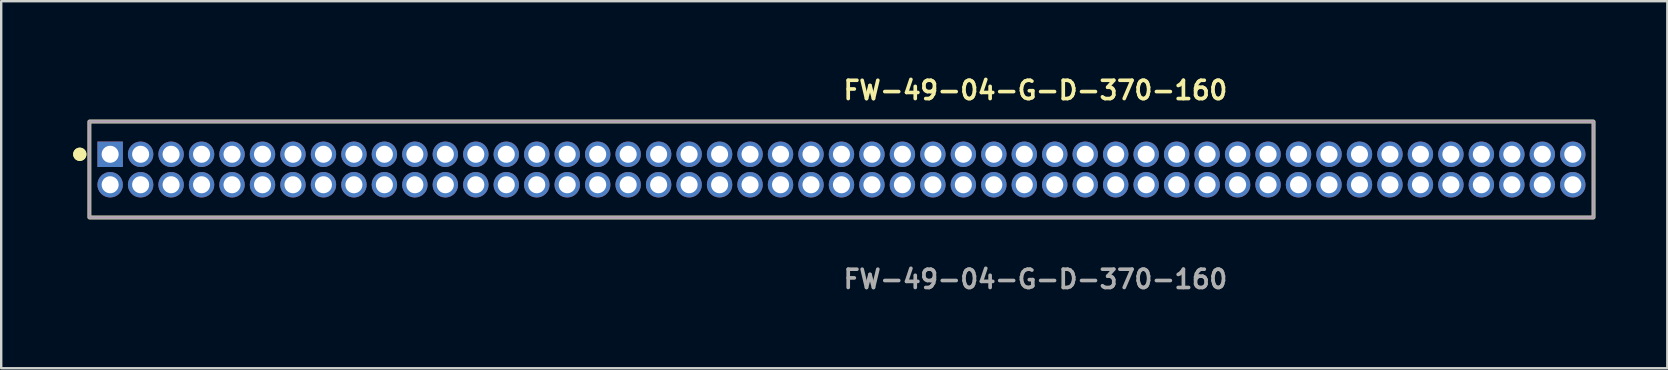
<source format=kicad_pcb>
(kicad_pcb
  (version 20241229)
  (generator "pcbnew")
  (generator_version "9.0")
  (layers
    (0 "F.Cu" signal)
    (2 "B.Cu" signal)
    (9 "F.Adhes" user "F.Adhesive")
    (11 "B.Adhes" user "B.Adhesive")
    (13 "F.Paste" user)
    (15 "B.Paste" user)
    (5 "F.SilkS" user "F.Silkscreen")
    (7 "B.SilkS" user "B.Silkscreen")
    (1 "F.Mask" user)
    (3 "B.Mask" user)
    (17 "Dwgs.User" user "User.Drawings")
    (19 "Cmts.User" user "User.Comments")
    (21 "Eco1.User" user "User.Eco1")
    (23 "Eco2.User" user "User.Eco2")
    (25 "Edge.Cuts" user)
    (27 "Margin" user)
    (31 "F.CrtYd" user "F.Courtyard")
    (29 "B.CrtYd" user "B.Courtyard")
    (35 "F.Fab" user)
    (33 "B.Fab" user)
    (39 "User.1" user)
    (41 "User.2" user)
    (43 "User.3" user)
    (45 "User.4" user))
  (footprint "FW-49-04-G-D-370-160"
    (layer "F.Cu")
    (at 32.021 4.015)
    (property "Reference" "FW-49-04-G-D-370-160" (at 0 -3.302 0) (unlocked yes) (layer "F.SilkS") (effects (font (size 0.762 0.762) (thickness 0.152)) (justify left)))
    (fp_rect (start -31.345 2) (end 31.345 -2) (stroke (width 0.152) (type solid)) (fill no) (layer "F.SilkS"))
    (fp_circle (center -31.745 -0.635) (end -31.945 -0.635) (stroke (width 0.152) (type solid)) (fill yes) (layer "F.SilkS"))
    (fp_circle (center -31.745 -0.635) (end -31.945 -0.635) (stroke (width 0.152) (type solid)) (fill yes) (layer "F.SilkS"))
    (fp_rect (start -31.345 2) (end 31.345 -2) (stroke (width 0.006) (type solid)) (fill no) (layer "F.CrtYd"))
    (fp_rect (start -31.345 2) (end 31.345 -2) (stroke (width 0.152) (type solid)) (fill no) (layer "F.Fab"))
    (fp_text user "${REFERENCE}" (at 0 4.572 0) (unlocked yes) (layer "F.Fab") (effects (font (size 0.762 0.762) (thickness 0.152)) (justify left)))
    (pad "1" thru_hole rect (at -30.48 -0.635) (size 1.06 1.06) (drill 0.71) (layers "*.Cu" "*.Mask"))
    (pad "2" thru_hole circle (at -30.48 0.635) (size 1.06 1.06) (drill 0.71) (layers "*.Cu" "*.Mask"))
    (pad "3" thru_hole circle (at -29.21 -0.635) (size 1.06 1.06) (drill 0.71) (layers "*.Cu" "*.Mask"))
    (pad "4" thru_hole circle (at -29.21 0.635) (size 1.06 1.06) (drill 0.71) (layers "*.Cu" "*.Mask"))
    (pad "5" thru_hole circle (at -27.94 -0.635) (size 1.06 1.06) (drill 0.71) (layers "*.Cu" "*.Mask"))
    (pad "6" thru_hole circle (at -27.94 0.635) (size 1.06 1.06) (drill 0.71) (layers "*.Cu" "*.Mask"))
    (pad "7" thru_hole circle (at -26.67 -0.635) (size 1.06 1.06) (drill 0.71) (layers "*.Cu" "*.Mask"))
    (pad "8" thru_hole circle (at -26.67 0.635) (size 1.06 1.06) (drill 0.71) (layers "*.Cu" "*.Mask"))
    (pad "9" thru_hole circle (at -25.4 -0.635) (size 1.06 1.06) (drill 0.71) (layers "*.Cu" "*.Mask"))
    (pad "10" thru_hole circle (at -25.4 0.635) (size 1.06 1.06) (drill 0.71) (layers "*.Cu" "*.Mask"))
    (pad "11" thru_hole circle (at -24.13 -0.635) (size 1.06 1.06) (drill 0.71) (layers "*.Cu" "*.Mask"))
    (pad "12" thru_hole circle (at -24.13 0.635) (size 1.06 1.06) (drill 0.71) (layers "*.Cu" "*.Mask"))
    (pad "13" thru_hole circle (at -22.86 -0.635) (size 1.06 1.06) (drill 0.71) (layers "*.Cu" "*.Mask"))
    (pad "14" thru_hole circle (at -22.86 0.635) (size 1.06 1.06) (drill 0.71) (layers "*.Cu" "*.Mask"))
    (pad "15" thru_hole circle (at -21.59 -0.635) (size 1.06 1.06) (drill 0.71) (layers "*.Cu" "*.Mask"))
    (pad "16" thru_hole circle (at -21.59 0.635) (size 1.06 1.06) (drill 0.71) (layers "*.Cu" "*.Mask"))
    (pad "17" thru_hole circle (at -20.32 -0.635) (size 1.06 1.06) (drill 0.71) (layers "*.Cu" "*.Mask"))
    (pad "18" thru_hole circle (at -20.32 0.635) (size 1.06 1.06) (drill 0.71) (layers "*.Cu" "*.Mask"))
    (pad "19" thru_hole circle (at -19.05 -0.635) (size 1.06 1.06) (drill 0.71) (layers "*.Cu" "*.Mask"))
    (pad "20" thru_hole circle (at -19.05 0.635) (size 1.06 1.06) (drill 0.71) (layers "*.Cu" "*.Mask"))
    (pad "21" thru_hole circle (at -17.78 -0.635) (size 1.06 1.06) (drill 0.71) (layers "*.Cu" "*.Mask"))
    (pad "22" thru_hole circle (at -17.78 0.635) (size 1.06 1.06) (drill 0.71) (layers "*.Cu" "*.Mask"))
    (pad "23" thru_hole circle (at -16.51 -0.635) (size 1.06 1.06) (drill 0.71) (layers "*.Cu" "*.Mask"))
    (pad "24" thru_hole circle (at -16.51 0.635) (size 1.06 1.06) (drill 0.71) (layers "*.Cu" "*.Mask"))
    (pad "25" thru_hole circle (at -15.24 -0.635) (size 1.06 1.06) (drill 0.71) (layers "*.Cu" "*.Mask"))
    (pad "26" thru_hole circle (at -15.24 0.635) (size 1.06 1.06) (drill 0.71) (layers "*.Cu" "*.Mask"))
    (pad "27" thru_hole circle (at -13.97 -0.635) (size 1.06 1.06) (drill 0.71) (layers "*.Cu" "*.Mask"))
    (pad "28" thru_hole circle (at -13.97 0.635) (size 1.06 1.06) (drill 0.71) (layers "*.Cu" "*.Mask"))
    (pad "29" thru_hole circle (at -12.7 -0.635) (size 1.06 1.06) (drill 0.71) (layers "*.Cu" "*.Mask"))
    (pad "30" thru_hole circle (at -12.7 0.635) (size 1.06 1.06) (drill 0.71) (layers "*.Cu" "*.Mask"))
    (pad "31" thru_hole circle (at -11.43 -0.635) (size 1.06 1.06) (drill 0.71) (layers "*.Cu" "*.Mask"))
    (pad "32" thru_hole circle (at -11.43 0.635) (size 1.06 1.06) (drill 0.71) (layers "*.Cu" "*.Mask"))
    (pad "33" thru_hole circle (at -10.16 -0.635) (size 1.06 1.06) (drill 0.71) (layers "*.Cu" "*.Mask"))
    (pad "34" thru_hole circle (at -10.16 0.635) (size 1.06 1.06) (drill 0.71) (layers "*.Cu" "*.Mask"))
    (pad "35" thru_hole circle (at -8.89 -0.635) (size 1.06 1.06) (drill 0.71) (layers "*.Cu" "*.Mask"))
    (pad "36" thru_hole circle (at -8.89 0.635) (size 1.06 1.06) (drill 0.71) (layers "*.Cu" "*.Mask"))
    (pad "37" thru_hole circle (at -7.62 -0.635) (size 1.06 1.06) (drill 0.71) (layers "*.Cu" "*.Mask"))
    (pad "38" thru_hole circle (at -7.62 0.635) (size 1.06 1.06) (drill 0.71) (layers "*.Cu" "*.Mask"))
    (pad "39" thru_hole circle (at -6.35 -0.635) (size 1.06 1.06) (drill 0.71) (layers "*.Cu" "*.Mask"))
    (pad "40" thru_hole circle (at -6.35 0.635) (size 1.06 1.06) (drill 0.71) (layers "*.Cu" "*.Mask"))
    (pad "41" thru_hole circle (at -5.08 -0.635) (size 1.06 1.06) (drill 0.71) (layers "*.Cu" "*.Mask"))
    (pad "42" thru_hole circle (at -5.08 0.635) (size 1.06 1.06) (drill 0.71) (layers "*.Cu" "*.Mask"))
    (pad "43" thru_hole circle (at -3.81 -0.635) (size 1.06 1.06) (drill 0.71) (layers "*.Cu" "*.Mask"))
    (pad "44" thru_hole circle (at -3.81 0.635) (size 1.06 1.06) (drill 0.71) (layers "*.Cu" "*.Mask"))
    (pad "45" thru_hole circle (at -2.54 -0.635) (size 1.06 1.06) (drill 0.71) (layers "*.Cu" "*.Mask"))
    (pad "46" thru_hole circle (at -2.54 0.635) (size 1.06 1.06) (drill 0.71) (layers "*.Cu" "*.Mask"))
    (pad "47" thru_hole circle (at -1.27 -0.635) (size 1.06 1.06) (drill 0.71) (layers "*.Cu" "*.Mask"))
    (pad "48" thru_hole circle (at -1.27 0.635) (size 1.06 1.06) (drill 0.71) (layers "*.Cu" "*.Mask"))
    (pad "49" thru_hole circle (at 0 -0.635) (size 1.06 1.06) (drill 0.71) (layers "*.Cu" "*.Mask"))
    (pad "50" thru_hole circle (at 0 0.635) (size 1.06 1.06) (drill 0.71) (layers "*.Cu" "*.Mask"))
    (pad "51" thru_hole circle (at 1.27 -0.635) (size 1.06 1.06) (drill 0.71) (layers "*.Cu" "*.Mask"))
    (pad "52" thru_hole circle (at 1.27 0.635) (size 1.06 1.06) (drill 0.71) (layers "*.Cu" "*.Mask"))
    (pad "53" thru_hole circle (at 2.54 -0.635) (size 1.06 1.06) (drill 0.71) (layers "*.Cu" "*.Mask"))
    (pad "54" thru_hole circle (at 2.54 0.635) (size 1.06 1.06) (drill 0.71) (layers "*.Cu" "*.Mask"))
    (pad "55" thru_hole circle (at 3.81 -0.635) (size 1.06 1.06) (drill 0.71) (layers "*.Cu" "*.Mask"))
    (pad "56" thru_hole circle (at 3.81 0.635) (size 1.06 1.06) (drill 0.71) (layers "*.Cu" "*.Mask"))
    (pad "57" thru_hole circle (at 5.08 -0.635) (size 1.06 1.06) (drill 0.71) (layers "*.Cu" "*.Mask"))
    (pad "58" thru_hole circle (at 5.08 0.635) (size 1.06 1.06) (drill 0.71) (layers "*.Cu" "*.Mask"))
    (pad "59" thru_hole circle (at 6.35 -0.635) (size 1.06 1.06) (drill 0.71) (layers "*.Cu" "*.Mask"))
    (pad "60" thru_hole circle (at 6.35 0.635) (size 1.06 1.06) (drill 0.71) (layers "*.Cu" "*.Mask"))
    (pad "61" thru_hole circle (at 7.62 -0.635) (size 1.06 1.06) (drill 0.71) (layers "*.Cu" "*.Mask"))
    (pad "62" thru_hole circle (at 7.62 0.635) (size 1.06 1.06) (drill 0.71) (layers "*.Cu" "*.Mask"))
    (pad "63" thru_hole circle (at 8.89 -0.635) (size 1.06 1.06) (drill 0.71) (layers "*.Cu" "*.Mask"))
    (pad "64" thru_hole circle (at 8.89 0.635) (size 1.06 1.06) (drill 0.71) (layers "*.Cu" "*.Mask"))
    (pad "65" thru_hole circle (at 10.16 -0.635) (size 1.06 1.06) (drill 0.71) (layers "*.Cu" "*.Mask"))
    (pad "66" thru_hole circle (at 10.16 0.635) (size 1.06 1.06) (drill 0.71) (layers "*.Cu" "*.Mask"))
    (pad "67" thru_hole circle (at 11.43 -0.635) (size 1.06 1.06) (drill 0.71) (layers "*.Cu" "*.Mask"))
    (pad "68" thru_hole circle (at 11.43 0.635) (size 1.06 1.06) (drill 0.71) (layers "*.Cu" "*.Mask"))
    (pad "69" thru_hole circle (at 12.7 -0.635) (size 1.06 1.06) (drill 0.71) (layers "*.Cu" "*.Mask"))
    (pad "70" thru_hole circle (at 12.7 0.635) (size 1.06 1.06) (drill 0.71) (layers "*.Cu" "*.Mask"))
    (pad "71" thru_hole circle (at 13.97 -0.635) (size 1.06 1.06) (drill 0.71) (layers "*.Cu" "*.Mask"))
    (pad "72" thru_hole circle (at 13.97 0.635) (size 1.06 1.06) (drill 0.71) (layers "*.Cu" "*.Mask"))
    (pad "73" thru_hole circle (at 15.24 -0.635) (size 1.06 1.06) (drill 0.71) (layers "*.Cu" "*.Mask"))
    (pad "74" thru_hole circle (at 15.24 0.635) (size 1.06 1.06) (drill 0.71) (layers "*.Cu" "*.Mask"))
    (pad "75" thru_hole circle (at 16.51 -0.635) (size 1.06 1.06) (drill 0.71) (layers "*.Cu" "*.Mask"))
    (pad "76" thru_hole circle (at 16.51 0.635) (size 1.06 1.06) (drill 0.71) (layers "*.Cu" "*.Mask"))
    (pad "77" thru_hole circle (at 17.78 -0.635) (size 1.06 1.06) (drill 0.71) (layers "*.Cu" "*.Mask"))
    (pad "78" thru_hole circle (at 17.78 0.635) (size 1.06 1.06) (drill 0.71) (layers "*.Cu" "*.Mask"))
    (pad "79" thru_hole circle (at 19.05 -0.635) (size 1.06 1.06) (drill 0.71) (layers "*.Cu" "*.Mask"))
    (pad "80" thru_hole circle (at 19.05 0.635) (size 1.06 1.06) (drill 0.71) (layers "*.Cu" "*.Mask"))
    (pad "81" thru_hole circle (at 20.32 -0.635) (size 1.06 1.06) (drill 0.71) (layers "*.Cu" "*.Mask"))
    (pad "82" thru_hole circle (at 20.32 0.635) (size 1.06 1.06) (drill 0.71) (layers "*.Cu" "*.Mask"))
    (pad "83" thru_hole circle (at 21.59 -0.635) (size 1.06 1.06) (drill 0.71) (layers "*.Cu" "*.Mask"))
    (pad "84" thru_hole circle (at 21.59 0.635) (size 1.06 1.06) (drill 0.71) (layers "*.Cu" "*.Mask"))
    (pad "85" thru_hole circle (at 22.86 -0.635) (size 1.06 1.06) (drill 0.71) (layers "*.Cu" "*.Mask"))
    (pad "86" thru_hole circle (at 22.86 0.635) (size 1.06 1.06) (drill 0.71) (layers "*.Cu" "*.Mask"))
    (pad "87" thru_hole circle (at 24.13 -0.635) (size 1.06 1.06) (drill 0.71) (layers "*.Cu" "*.Mask"))
    (pad "88" thru_hole circle (at 24.13 0.635) (size 1.06 1.06) (drill 0.71) (layers "*.Cu" "*.Mask"))
    (pad "89" thru_hole circle (at 25.4 -0.635) (size 1.06 1.06) (drill 0.71) (layers "*.Cu" "*.Mask"))
    (pad "90" thru_hole circle (at 25.4 0.635) (size 1.06 1.06) (drill 0.71) (layers "*.Cu" "*.Mask"))
    (pad "91" thru_hole circle (at 26.67 -0.635) (size 1.06 1.06) (drill 0.71) (layers "*.Cu" "*.Mask"))
    (pad "92" thru_hole circle (at 26.67 0.635) (size 1.06 1.06) (drill 0.71) (layers "*.Cu" "*.Mask"))
    (pad "93" thru_hole circle (at 27.94 -0.635) (size 1.06 1.06) (drill 0.71) (layers "*.Cu" "*.Mask"))
    (pad "94" thru_hole circle (at 27.94 0.635) (size 1.06 1.06) (drill 0.71) (layers "*.Cu" "*.Mask"))
    (pad "95" thru_hole circle (at 29.21 -0.635) (size 1.06 1.06) (drill 0.71) (layers "*.Cu" "*.Mask"))
    (pad "96" thru_hole circle (at 29.21 0.635) (size 1.06 1.06) (drill 0.71) (layers "*.Cu" "*.Mask"))
    (pad "97" thru_hole circle (at 30.48 -0.635) (size 1.06 1.06) (drill 0.71) (layers "*.Cu" "*.Mask"))
    (pad "98" thru_hole circle (at 30.48 0.635) (size 1.06 1.06) (drill 0.71) (layers "*.Cu" "*.Mask")))
  (gr_rect
    (start -3 -3)
    (end 66.442 12.3)
    (stroke (width 0.1) (type default))
    (fill no)
    (layer "Edge.Cuts")))
</source>
